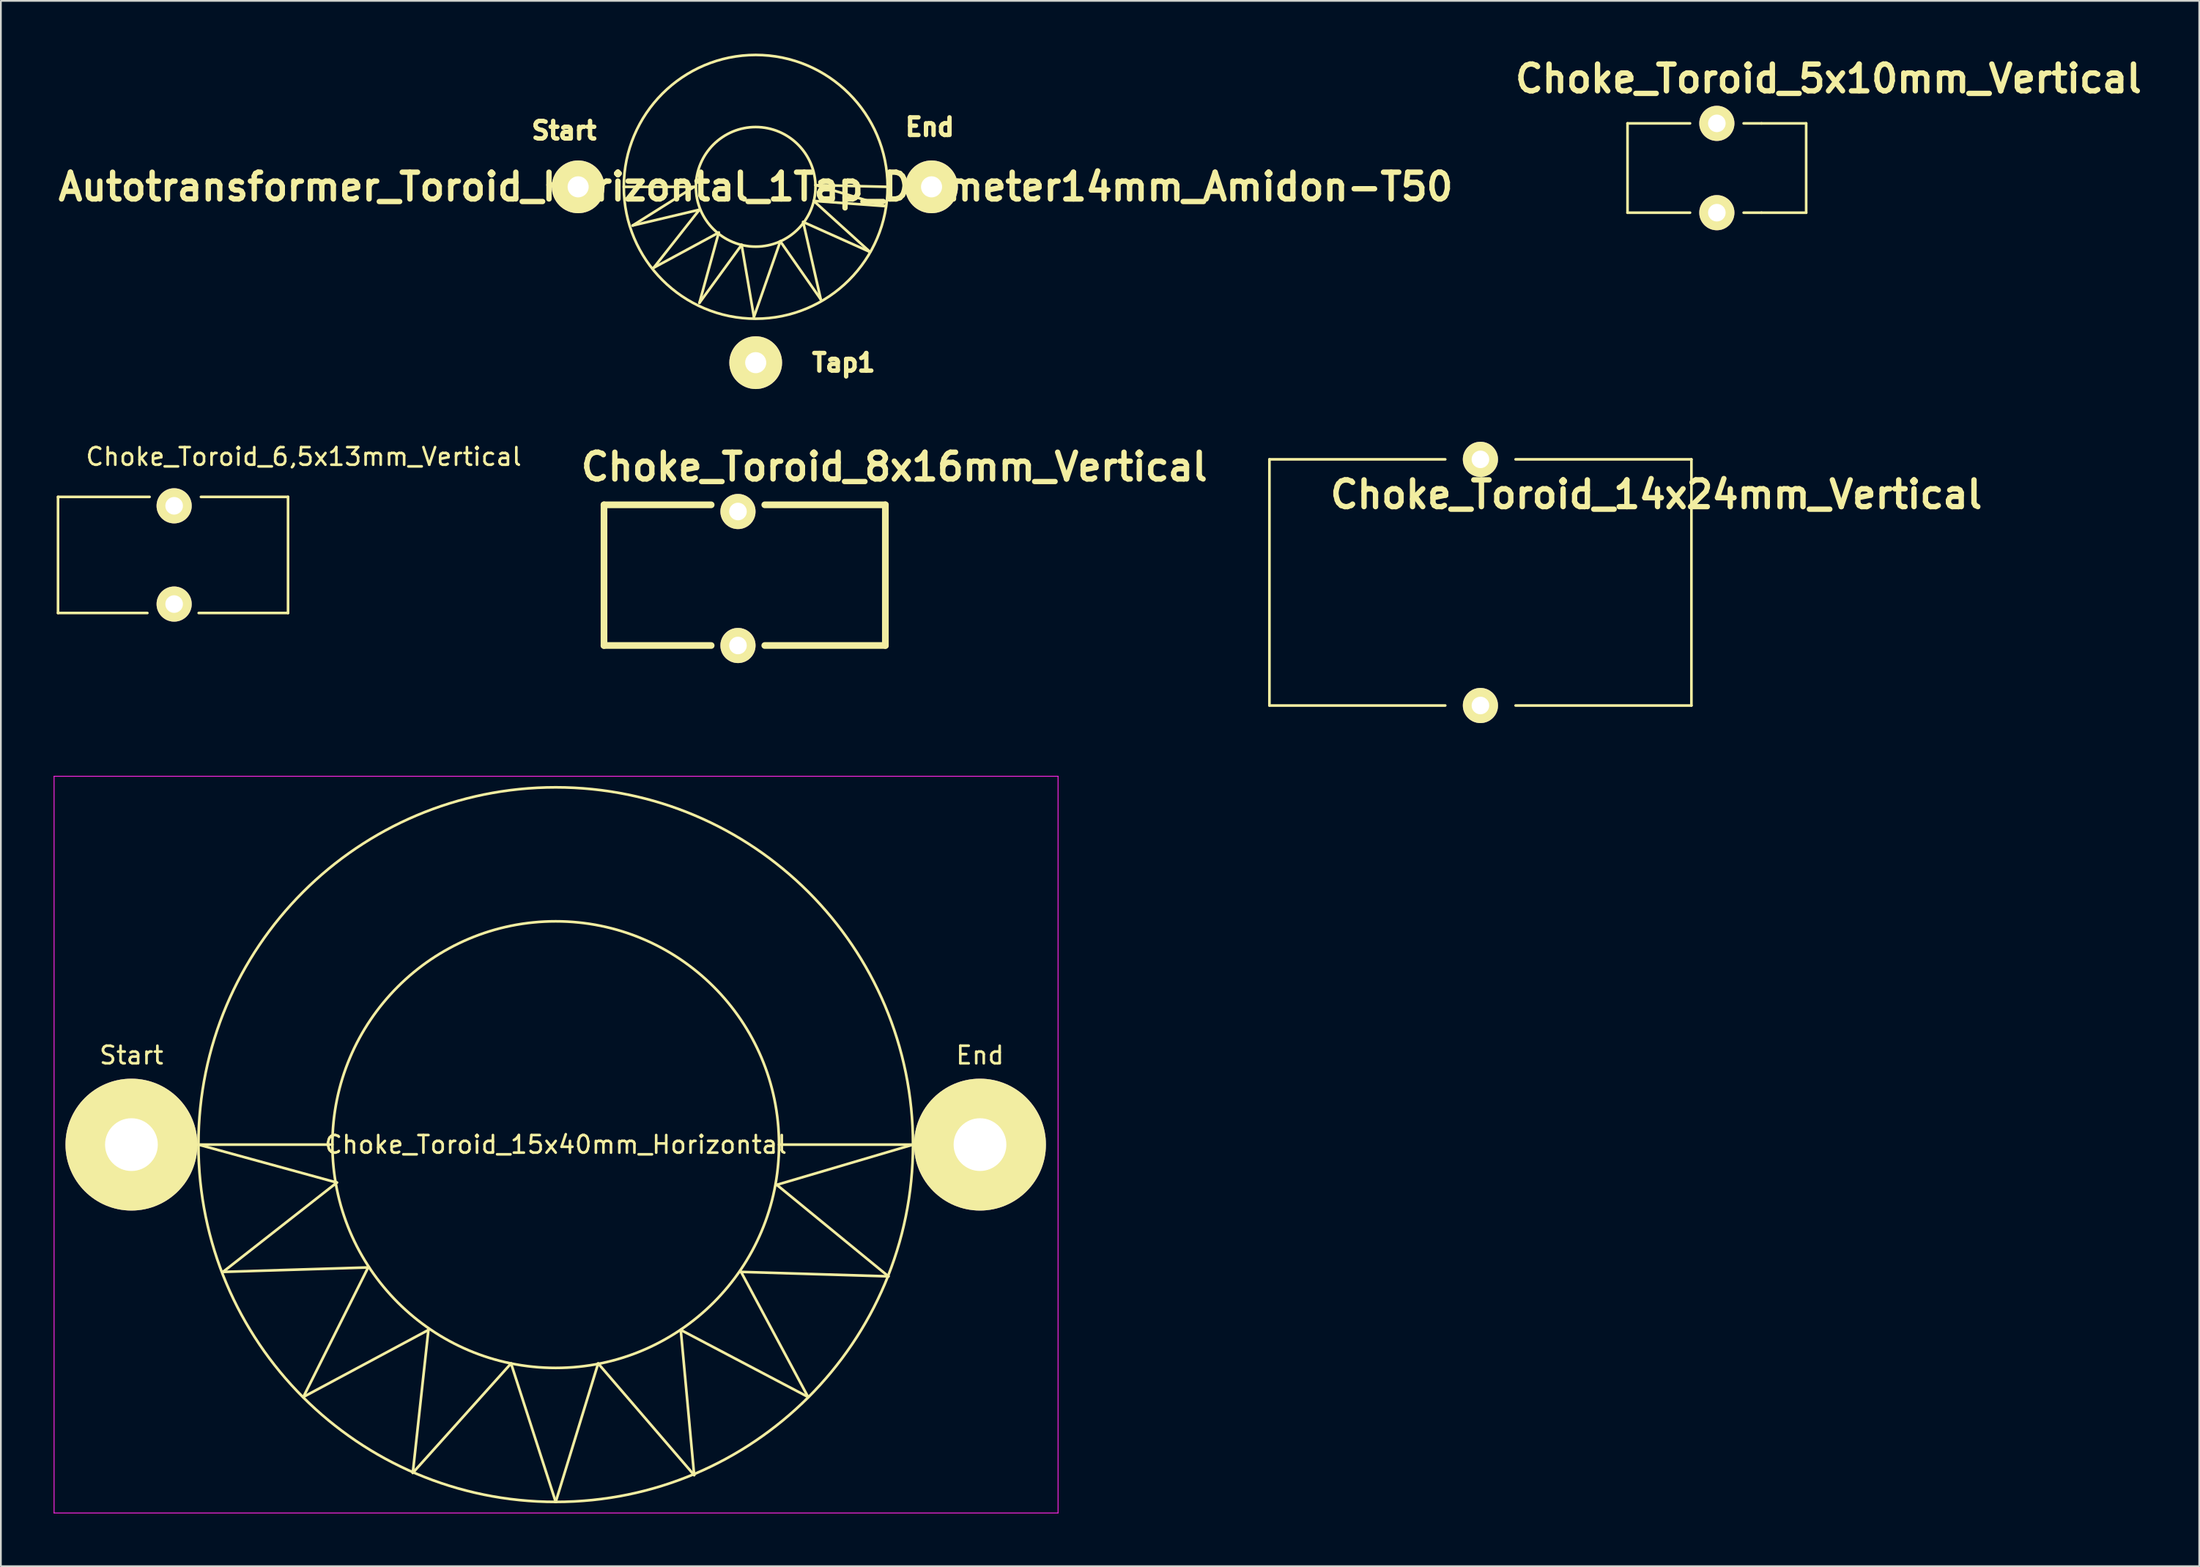
<source format=kicad_pcb>
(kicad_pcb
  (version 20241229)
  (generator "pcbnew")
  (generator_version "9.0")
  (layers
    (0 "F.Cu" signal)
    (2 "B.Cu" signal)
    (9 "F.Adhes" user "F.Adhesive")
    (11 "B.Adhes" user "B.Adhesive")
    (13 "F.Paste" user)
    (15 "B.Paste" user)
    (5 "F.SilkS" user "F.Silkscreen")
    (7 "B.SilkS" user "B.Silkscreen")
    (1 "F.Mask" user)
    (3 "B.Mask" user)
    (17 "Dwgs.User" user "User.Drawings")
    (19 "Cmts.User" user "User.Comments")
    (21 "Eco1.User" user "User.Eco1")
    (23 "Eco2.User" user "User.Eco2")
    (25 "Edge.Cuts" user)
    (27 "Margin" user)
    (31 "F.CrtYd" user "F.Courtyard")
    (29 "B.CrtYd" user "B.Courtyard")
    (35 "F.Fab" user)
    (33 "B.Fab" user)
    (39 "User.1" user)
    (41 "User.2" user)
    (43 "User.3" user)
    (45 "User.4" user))
  (footprint "Autotransformer_Toroid_Horizontal_1Tap_Diameter14mm_Amidon-T50"
    (layer "F.Cu")
    (at 39.929 7.576)
    (property "Reference" "Autotransformer_Toroid_Horizontal_1Tap_Diameter14mm_Amidon-T50" (at 0 0 0) (layer "F.SilkS") (effects (font (size 1.524 1.524) (thickness 0.305))))
    (attr through_hole)
    (fp_line (start -7.501 0) (end -3.5 0) (stroke (width 0.15) (type solid)) (layer "F.SilkS"))
    (fp_line (start -7 2.2) (end -3.2 1.3) (stroke (width 0.15) (type solid)) (layer "F.SilkS"))
    (fp_line (start -5.799 4.6) (end -2.101 2.601) (stroke (width 0.15) (type solid)) (layer "F.SilkS"))
    (fp_line (start -3.5 0) (end -7 2.2) (stroke (width 0.15) (type solid)) (layer "F.SilkS"))
    (fp_line (start -3.2 1.3) (end -5.799 4.6) (stroke (width 0.15) (type solid)) (layer "F.SilkS"))
    (fp_line (start -3.2 6.599) (end -0.8 3.299) (stroke (width 0.15) (type solid)) (layer "F.SilkS"))
    (fp_line (start -2.101 2.601) (end -3.2 6.599) (stroke (width 0.15) (type solid)) (layer "F.SilkS"))
    (fp_line (start -0.8 3.299) (end -0.099 7.399) (stroke (width 0.15) (type solid)) (layer "F.SilkS"))
    (fp_line (start -0.099 7.399) (end 1.4 3.099) (stroke (width 0.15) (type solid)) (layer "F.SilkS"))
    (fp_line (start 1.4 3.099) (end 3.701 6.401) (stroke (width 0.15) (type solid)) (layer "F.SilkS"))
    (fp_line (start 2.7 1.999) (end 6.5 3.701) (stroke (width 0.15) (type solid)) (layer "F.SilkS"))
    (fp_line (start 3.299 0.8) (end 7.399 1.1) (stroke (width 0.15) (type solid)) (layer "F.SilkS"))
    (fp_line (start 3.401 -0.099) (end 7.501 0) (stroke (width 0.15) (type solid)) (layer "F.SilkS"))
    (fp_line (start 3.701 6.401) (end 2.7 1.999) (stroke (width 0.15) (type solid)) (layer "F.SilkS"))
    (fp_line (start 6.5 3.701) (end 3.299 0.8) (stroke (width 0.15) (type solid)) (layer "F.SilkS"))
    (fp_line (start 7.399 1.1) (end 3.401 -0.099) (stroke (width 0.15) (type solid)) (layer "F.SilkS"))
    (fp_circle (center 0 0) (end 3.401 0) (stroke (width 0.15) (type solid)) (fill no) (layer "F.SilkS"))
    (fp_circle (center 0 0) (end 7.501 0) (stroke (width 0.15) (type solid)) (fill no) (layer "F.SilkS"))
    (fp_text user "Tap1" (at 5.001 10 0) (layer "F.SilkS") (effects (font (size 1.001 1.001) (thickness 0.251))))
    (fp_text user "Start" (at -10.899 -3.2 0) (layer "F.SilkS") (effects (font (size 1.001 1.001) (thickness 0.251))))
    (fp_text user "End" (at 9.901 -3.401 0) (layer "F.SilkS") (effects (font (size 1.001 1.001) (thickness 0.251))))
    (pad "1" thru_hole circle (at -10.099 0) (size 3 3) (drill 1.199) (layers "*.Cu" "*.Mask" "F.SilkS"))
    (pad "2" thru_hole circle (at 0 10) (size 3 3) (drill 1.199) (layers "*.Cu" "*.Mask" "F.SilkS"))
    (pad "3" thru_hole circle (at 10 0) (size 3 3) (drill 1.199) (layers "*.Cu" "*.Mask" "F.SilkS")))
  (footprint "Choke_Toroid_6,5x13mm_Vertical"
    (layer "F.Cu")
    (at 0.25 31.814)
    (property "Reference" "Choke_Toroid_6,5x13mm_Vertical" (at 13.97 -8.89 0) (layer "F.SilkS") (effects (font (size 1 1) (thickness 0.15))))
    (attr through_hole)
    (fp_line (start 0 -6.604) (end 0 0) (stroke (width 0.15) (type solid)) (layer "F.SilkS"))
    (fp_line (start 0 -6.604) (end 5.207 -6.604) (stroke (width 0.15) (type solid)) (layer "F.SilkS"))
    (fp_line (start 0 0) (end 5.08 0) (stroke (width 0.15) (type solid)) (layer "F.SilkS"))
    (fp_line (start 13.081 -6.604) (end 8.128 -6.604) (stroke (width 0.15) (type solid)) (layer "F.SilkS"))
    (fp_line (start 13.081 0) (end 8.001 0) (stroke (width 0.15) (type solid)) (layer "F.SilkS"))
    (fp_line (start 13.081 0) (end 13.081 -6.604) (stroke (width 0.15) (type solid)) (layer "F.SilkS"))
    (pad "1" thru_hole circle (at 6.604 -0.508) (size 1.999 1.999) (drill 1.001) (layers "*.Cu" "*.Mask" "F.SilkS"))
    (pad "2" thru_hole circle (at 6.604 -6.096) (size 1.999 1.999) (drill 1.001) (layers "*.Cu" "*.Mask" "F.SilkS")))
  (footprint "Choke_Toroid_14x24mm_Vertical"
    (layer "F.Cu")
    (at 69.146 37.075)
    (property "Reference" "Choke_Toroid_14x24mm_Vertical" (at 22 -12 0) (layer "F.SilkS") (effects (font (size 1.524 1.524) (thickness 0.305))))
    (attr through_hole)
    (fp_line (start 0 -14) (end 10 -14) (stroke (width 0.15) (type solid)) (layer "F.SilkS"))
    (fp_line (start 0 0) (end 0 -14) (stroke (width 0.15) (type solid)) (layer "F.SilkS"))
    (fp_line (start 0 0) (end 10 0) (stroke (width 0.15) (type solid)) (layer "F.SilkS"))
    (fp_line (start 14 0) (end 24 0) (stroke (width 0.15) (type solid)) (layer "F.SilkS"))
    (fp_line (start 24 -14) (end 14 -14) (stroke (width 0.15) (type solid)) (layer "F.SilkS"))
    (fp_line (start 24 0) (end 24 -14) (stroke (width 0.15) (type solid)) (layer "F.SilkS"))
    (pad "1" thru_hole circle (at 12 0) (size 1.999 1.999) (drill 1.001) (layers "*.Cu" "*.Mask" "F.SilkS"))
    (pad "2" thru_hole circle (at 12 -14) (size 1.999 1.999) (drill 1.001) (layers "*.Cu" "*.Mask" "F.SilkS")))
  (footprint "Choke_Toroid_8x16mm_Vertical"
    (layer "F.Cu")
    (at 31.301 33.662)
    (property "Reference" "Choke_Toroid_8x16mm_Vertical" (at 16.51 -10.16 0) (layer "F.SilkS") (effects (font (size 1.524 1.524) (thickness 0.305))))
    (attr through_hole)
    (fp_line (start 0 -8.001) (end 0 0) (stroke (width 0.381) (type solid)) (layer "F.SilkS"))
    (fp_line (start 0 0) (end 6.096 0) (stroke (width 0.381) (type solid)) (layer "F.SilkS"))
    (fp_line (start 6.096 -8.001) (end 0 -8.001) (stroke (width 0.381) (type solid)) (layer "F.SilkS"))
    (fp_line (start 16.002 -8.001) (end 9.144 -8.001) (stroke (width 0.381) (type solid)) (layer "F.SilkS"))
    (fp_line (start 16.002 0) (end 9.144 0) (stroke (width 0.381) (type solid)) (layer "F.SilkS"))
    (fp_line (start 16.002 0) (end 16.002 -8.001) (stroke (width 0.381) (type solid)) (layer "F.SilkS"))
    (pad "1" thru_hole circle (at 7.62 0) (size 1.999 1.999) (drill 1.001) (layers "*.Cu" "*.Mask" "F.SilkS"))
    (pad "2" thru_hole circle (at 7.62 -7.62) (size 1.999 1.999) (drill 1.001) (layers "*.Cu" "*.Mask" "F.SilkS")))
  (footprint "Choke_Toroid_5x10mm_Vertical"
    (layer "F.Cu")
    (at 89.512 9.046)
    (property "Reference" "Choke_Toroid_5x10mm_Vertical" (at 11.43 -7.62 0) (layer "F.SilkS") (effects (font (size 1.524 1.524) (thickness 0.305))))
    (attr through_hole)
    (fp_line (start 0 -5.08) (end 0 0) (stroke (width 0.15) (type solid)) (layer "F.SilkS"))
    (fp_line (start 0 -5.08) (end 3.556 -5.08) (stroke (width 0.15) (type solid)) (layer "F.SilkS"))
    (fp_line (start 0 0) (end 3.556 0) (stroke (width 0.15) (type solid)) (layer "F.SilkS"))
    (fp_line (start 7.62 -5.08) (end 6.604 -5.08) (stroke (width 0.15) (type solid)) (layer "F.SilkS"))
    (fp_line (start 7.62 0) (end 6.604 0) (stroke (width 0.15) (type solid)) (layer "F.SilkS"))
    (fp_line (start 10.16 -5.08) (end 7.62 -5.08) (stroke (width 0.15) (type solid)) (layer "F.SilkS"))
    (fp_line (start 10.16 0) (end 7.62 0) (stroke (width 0.15) (type solid)) (layer "F.SilkS"))
    (fp_line (start 10.16 0) (end 10.16 -5.08) (stroke (width 0.15) (type solid)) (layer "F.SilkS"))
    (pad "1" thru_hole circle (at 5.08 0) (size 1.999 1.999) (drill 1.001) (layers "*.Cu" "*.Mask" "F.SilkS"))
    (pad "2" thru_hole circle (at 5.08 -5.08) (size 1.999 1.999) (drill 1.001) (layers "*.Cu" "*.Mask" "F.SilkS")))
  (footprint "Choke_Toroid_15x40mm_Horizontal"
    (layer "F.Cu")
    (at 4.425 62.049)
    (property "Reference" "Choke_Toroid_15x40mm_Horizontal" (at 24.13 0 0) (layer "F.SilkS") (effects (font (size 1 1) (thickness 0.15))))
    (attr through_hole)
    (fp_line (start 3.81 0) (end 11.684 2.159) (stroke (width 0.15) (type solid)) (layer "F.SilkS"))
    (fp_line (start 5.207 7.239) (end 13.462 6.985) (stroke (width 0.15) (type solid)) (layer "F.SilkS"))
    (fp_line (start 9.779 14.351) (end 16.891 10.541) (stroke (width 0.15) (type solid)) (layer "F.SilkS"))
    (fp_line (start 11.43 0) (end 3.81 0) (stroke (width 0.15) (type solid)) (layer "F.SilkS"))
    (fp_line (start 11.684 2.159) (end 5.207 7.239) (stroke (width 0.15) (type solid)) (layer "F.SilkS"))
    (fp_line (start 13.462 6.985) (end 9.779 14.351) (stroke (width 0.15) (type solid)) (layer "F.SilkS"))
    (fp_line (start 16.002 18.669) (end 21.59 12.446) (stroke (width 0.15) (type solid)) (layer "F.SilkS"))
    (fp_line (start 16.891 10.541) (end 16.002 18.669) (stroke (width 0.15) (type solid)) (layer "F.SilkS"))
    (fp_line (start 21.59 12.446) (end 24.13 20.32) (stroke (width 0.15) (type solid)) (layer "F.SilkS"))
    (fp_line (start 24.13 20.32) (end 26.543 12.446) (stroke (width 0.15) (type solid)) (layer "F.SilkS"))
    (fp_line (start 26.543 12.446) (end 32.004 18.796) (stroke (width 0.15) (type solid)) (layer "F.SilkS"))
    (fp_line (start 31.242 10.541) (end 38.481 14.351) (stroke (width 0.15) (type solid)) (layer "F.SilkS"))
    (fp_line (start 32.004 18.796) (end 31.242 10.541) (stroke (width 0.15) (type solid)) (layer "F.SilkS"))
    (fp_line (start 34.671 7.239) (end 43.053 7.493) (stroke (width 0.15) (type solid)) (layer "F.SilkS"))
    (fp_line (start 36.703 2.286) (end 44.45 0) (stroke (width 0.15) (type solid)) (layer "F.SilkS"))
    (fp_line (start 38.481 14.351) (end 34.671 7.239) (stroke (width 0.15) (type solid)) (layer "F.SilkS"))
    (fp_line (start 43.053 7.493) (end 36.703 2.286) (stroke (width 0.15) (type solid)) (layer "F.SilkS"))
    (fp_line (start 44.45 0) (end 36.83 0) (stroke (width 0.15) (type solid)) (layer "F.SilkS"))
    (fp_circle (center 24.13 0) (end 3.81 0) (stroke (width 0.15) (type solid)) (fill no) (layer "F.SilkS"))
    (fp_circle (center 24.13 0) (end 11.43 0) (stroke (width 0.15) (type solid)) (fill no) (layer "F.SilkS"))
    (fp_line (start -4.4 -20.95) (end 52.7 -20.95) (stroke (width 0.05) (type solid)) (layer "F.CrtYd"))
    (fp_line (start -4.4 20.95) (end -4.4 -20.95) (stroke (width 0.05) (type solid)) (layer "F.CrtYd"))
    (fp_line (start 52.7 -20.95) (end 52.7 20.95) (stroke (width 0.05) (type solid)) (layer "F.CrtYd"))
    (fp_line (start 52.7 20.95) (end -4.4 20.95) (stroke (width 0.05) (type solid)) (layer "F.CrtYd"))
    (fp_text user "Start" (at 0 -5.08 0) (layer "F.SilkS") (effects (font (size 1 1) (thickness 0.15))))
    (fp_text user "End" (at 48.26 -5.08 0) (layer "F.SilkS") (effects (font (size 1 1) (thickness 0.15))))
    (pad "1" thru_hole circle (at 0 0) (size 7.5 7.5) (drill 3) (layers "*.Cu" "*.Mask" "F.SilkS"))
    (pad "2" thru_hole circle (at 48.26 0) (size 7.5 7.5) (drill 3) (layers "*.Cu" "*.Mask" "F.SilkS")))
  (gr_rect
    (start -3 -3)
    (end 122.027 86.024)
    (stroke (width 0.1) (type default))
    (fill no)
    (layer "Edge.Cuts")))
</source>
